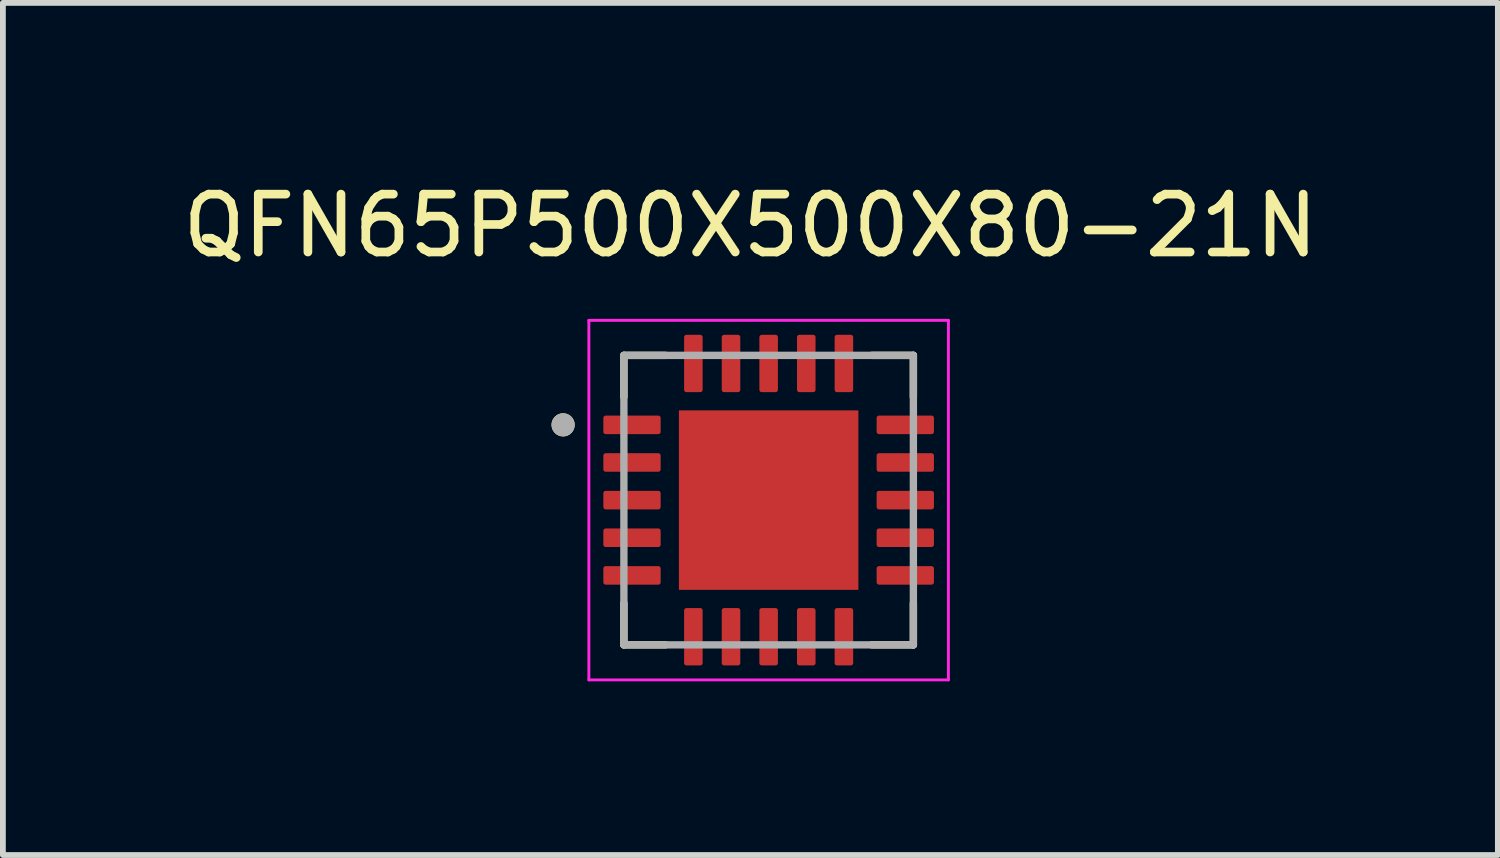
<source format=kicad_pcb>
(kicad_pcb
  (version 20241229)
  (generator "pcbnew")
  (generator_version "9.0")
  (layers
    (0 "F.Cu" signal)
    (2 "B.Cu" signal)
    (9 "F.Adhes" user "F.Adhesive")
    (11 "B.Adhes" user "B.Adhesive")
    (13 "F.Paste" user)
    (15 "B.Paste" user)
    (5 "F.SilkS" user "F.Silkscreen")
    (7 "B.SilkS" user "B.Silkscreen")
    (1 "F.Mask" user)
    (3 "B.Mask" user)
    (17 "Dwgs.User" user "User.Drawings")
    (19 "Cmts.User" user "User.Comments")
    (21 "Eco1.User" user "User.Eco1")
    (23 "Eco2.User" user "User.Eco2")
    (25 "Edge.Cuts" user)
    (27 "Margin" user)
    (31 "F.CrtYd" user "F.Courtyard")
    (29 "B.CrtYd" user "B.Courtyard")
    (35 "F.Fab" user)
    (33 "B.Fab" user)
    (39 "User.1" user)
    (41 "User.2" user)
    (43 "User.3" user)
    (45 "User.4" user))
  (footprint "QFN65P500X500X80-21N"
    (layer "F.Cu")
    (at 10.226 5.588)
    (property "Reference" "QFN65P500X500X80-21N" (at -0.315 -4.74 0) (layer "F.SilkS") (effects (font (size 1 1) (thickness 0.15))))
    (attr smd)
    (fp_line (start -2.5 -2.5) (end -2.5 -1.78) (stroke (width 0.127) (type solid)) (layer "F.SilkS"))
    (fp_line (start -2.5 -2.5) (end -1.78 -2.5) (stroke (width 0.127) (type solid)) (layer "F.SilkS"))
    (fp_line (start -2.5 2.5) (end -2.5 1.78) (stroke (width 0.127) (type solid)) (layer "F.SilkS"))
    (fp_line (start -2.5 2.5) (end -1.78 2.5) (stroke (width 0.127) (type solid)) (layer "F.SilkS"))
    (fp_line (start 2.5 -2.5) (end 1.78 -2.5) (stroke (width 0.127) (type solid)) (layer "F.SilkS"))
    (fp_line (start 2.5 -2.5) (end 2.5 -1.78) (stroke (width 0.127) (type solid)) (layer "F.SilkS"))
    (fp_line (start 2.5 2.5) (end 1.78 2.5) (stroke (width 0.127) (type solid)) (layer "F.SilkS"))
    (fp_line (start 2.5 2.5) (end 2.5 1.78) (stroke (width 0.127) (type solid)) (layer "F.SilkS"))
    (fp_circle (center -3.55 -1.3) (end -3.45 -1.3) (stroke (width 0.2) (type solid)) (fill no) (layer "F.SilkS"))
    (fp_poly (pts (xy -0.98 -0.98) (xy 0.98 -0.98) (xy 0.98 0.98) (xy -0.98 0.98)) (stroke (width 0.01) (type solid)) (fill yes) (layer "F.Paste"))
    (fp_line (start -3.105 -3.105) (end 3.105 -3.105) (stroke (width 0.05) (type solid)) (layer "F.CrtYd"))
    (fp_line (start -3.105 3.105) (end -3.105 -3.105) (stroke (width 0.05) (type solid)) (layer "F.CrtYd"))
    (fp_line (start -3.105 3.105) (end 3.105 3.105) (stroke (width 0.05) (type solid)) (layer "F.CrtYd"))
    (fp_line (start 3.105 3.105) (end 3.105 -3.105) (stroke (width 0.05) (type solid)) (layer "F.CrtYd"))
    (fp_line (start -2.5 2.5) (end -2.5 -2.5) (stroke (width 0.127) (type solid)) (layer "F.Fab"))
    (fp_line (start 2.5 -2.5) (end -2.5 -2.5) (stroke (width 0.127) (type solid)) (layer "F.Fab"))
    (fp_line (start 2.5 2.5) (end -2.5 2.5) (stroke (width 0.127) (type solid)) (layer "F.Fab"))
    (fp_line (start 2.5 2.5) (end 2.5 -2.5) (stroke (width 0.127) (type solid)) (layer "F.Fab"))
    (fp_circle (center -3.55 -1.3) (end -3.45 -1.3) (stroke (width 0.2) (type solid)) (fill no) (layer "F.Fab"))
    (pad "1" smd roundrect (at -2.36 -1.3) (size 0.99 0.32) (layers "F.Cu" "F.Mask" "F.Paste") (roundrect_rratio 0.125))
    (pad "2" smd roundrect (at -2.36 -0.65) (size 0.99 0.32) (layers "F.Cu" "F.Mask" "F.Paste") (roundrect_rratio 0.125))
    (pad "3" smd roundrect (at -2.36 0) (size 0.99 0.32) (layers "F.Cu" "F.Mask" "F.Paste") (roundrect_rratio 0.125))
    (pad "4" smd roundrect (at -2.36 0.65) (size 0.99 0.32) (layers "F.Cu" "F.Mask" "F.Paste") (roundrect_rratio 0.125))
    (pad "5" smd roundrect (at -2.36 1.3) (size 0.99 0.32) (layers "F.Cu" "F.Mask" "F.Paste") (roundrect_rratio 0.125))
    (pad "6" smd roundrect (at -1.3 2.36) (size 0.32 0.99) (layers "F.Cu" "F.Mask" "F.Paste") (roundrect_rratio 0.125))
    (pad "7" smd roundrect (at -0.65 2.36) (size 0.32 0.99) (layers "F.Cu" "F.Mask" "F.Paste") (roundrect_rratio 0.125))
    (pad "8" smd roundrect (at 0 2.36) (size 0.32 0.99) (layers "F.Cu" "F.Mask" "F.Paste") (roundrect_rratio 0.125))
    (pad "9" smd roundrect (at 0.65 2.36) (size 0.32 0.99) (layers "F.Cu" "F.Mask" "F.Paste") (roundrect_rratio 0.125))
    (pad "10" smd roundrect (at 1.3 2.36) (size 0.32 0.99) (layers "F.Cu" "F.Mask" "F.Paste") (roundrect_rratio 0.125))
    (pad "11" smd roundrect (at 2.36 1.3) (size 0.99 0.32) (layers "F.Cu" "F.Mask" "F.Paste") (roundrect_rratio 0.125))
    (pad "12" smd roundrect (at 2.36 0.65) (size 0.99 0.32) (layers "F.Cu" "F.Mask" "F.Paste") (roundrect_rratio 0.125))
    (pad "13" smd roundrect (at 2.36 0) (size 0.99 0.32) (layers "F.Cu" "F.Mask" "F.Paste") (roundrect_rratio 0.125))
    (pad "14" smd roundrect (at 2.36 -0.65) (size 0.99 0.32) (layers "F.Cu" "F.Mask" "F.Paste") (roundrect_rratio 0.125))
    (pad "15" smd roundrect (at 2.36 -1.3) (size 0.99 0.32) (layers "F.Cu" "F.Mask" "F.Paste") (roundrect_rratio 0.125))
    (pad "16" smd roundrect (at 1.3 -2.36) (size 0.32 0.99) (layers "F.Cu" "F.Mask" "F.Paste") (roundrect_rratio 0.125))
    (pad "17" smd roundrect (at 0.65 -2.36) (size 0.32 0.99) (layers "F.Cu" "F.Mask" "F.Paste") (roundrect_rratio 0.125))
    (pad "18" smd roundrect (at 0 -2.36) (size 0.32 0.99) (layers "F.Cu" "F.Mask" "F.Paste") (roundrect_rratio 0.125))
    (pad "19" smd roundrect (at -0.65 -2.36) (size 0.32 0.99) (layers "F.Cu" "F.Mask" "F.Paste") (roundrect_rratio 0.125))
    (pad "20" smd roundrect (at -1.3 -2.36) (size 0.32 0.99) (layers "F.Cu" "F.Mask" "F.Paste") (roundrect_rratio 0.125))
    (pad "21" smd rect (at 0 0) (size 3.1 3.1) (layers "F.Cu" "F.Mask")))
  (gr_rect
    (start -3 -3)
    (end 22.821 11.718)
    (stroke (width 0.1) (type default))
    (fill no)
    (layer "Edge.Cuts")))
</source>
